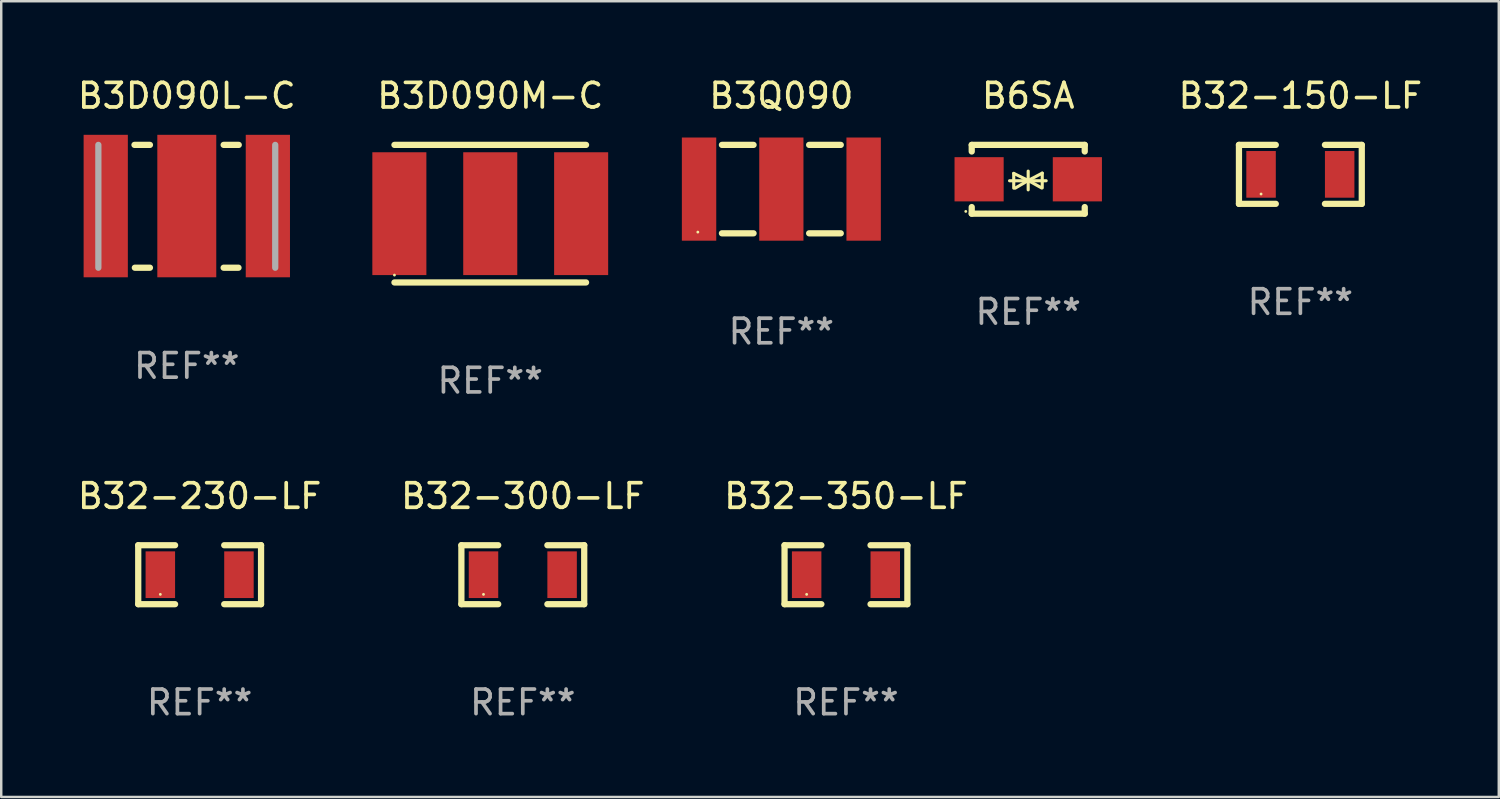
<source format=kicad_pcb>
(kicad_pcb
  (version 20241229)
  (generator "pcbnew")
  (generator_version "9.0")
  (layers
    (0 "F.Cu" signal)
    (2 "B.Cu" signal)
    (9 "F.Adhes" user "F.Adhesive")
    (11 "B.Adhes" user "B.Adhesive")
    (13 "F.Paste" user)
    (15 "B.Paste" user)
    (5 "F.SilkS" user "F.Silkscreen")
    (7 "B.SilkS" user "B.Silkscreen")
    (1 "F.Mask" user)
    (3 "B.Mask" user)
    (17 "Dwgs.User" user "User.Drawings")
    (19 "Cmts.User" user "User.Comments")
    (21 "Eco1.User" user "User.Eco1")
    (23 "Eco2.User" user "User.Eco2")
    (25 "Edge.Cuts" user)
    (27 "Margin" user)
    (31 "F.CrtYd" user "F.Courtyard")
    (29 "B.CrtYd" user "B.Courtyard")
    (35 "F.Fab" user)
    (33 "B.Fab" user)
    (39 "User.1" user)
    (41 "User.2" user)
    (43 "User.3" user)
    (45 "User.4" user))
  (footprint "B6SA"
    (layer "F.Cu")
    (at 38.807 4.248)
    (property "Reference" "B6SA" (at 0 -3.4 0) (layer "F.SilkS") (effects (font (size 1 1) (thickness 0.15))))
    (attr through_hole)
    (fp_line (start -2.3 -1.4) (end -2.3 -1.131) (stroke (width 0.254) (type solid)) (layer "F.SilkS"))
    (fp_line (start -2.3 -1.4) (end 2.3 -1.4) (stroke (width 0.254) (type solid)) (layer "F.SilkS"))
    (fp_line (start -2.3 1.131) (end -2.3 1.4) (stroke (width 0.254) (type solid)) (layer "F.SilkS"))
    (fp_line (start -2.3 1.4) (end 2.3 1.4) (stroke (width 0.254) (type solid)) (layer "F.SilkS"))
    (fp_line (start -0.76 0.06) (end 0.73 0.06) (stroke (width 0.127) (type solid)) (layer "F.SilkS"))
    (fp_line (start -0.59 -0.24) (end -0.59 0.36) (stroke (width 0.127) (type solid)) (layer "F.SilkS"))
    (fp_line (start -0.59 -0.24) (end -0.002 0.049) (stroke (width 0.127) (type solid)) (layer "F.SilkS"))
    (fp_line (start -0.53 0.36) (end -0.002 0.049) (stroke (width 0.127) (type solid)) (layer "F.SilkS"))
    (fp_line (start -0.002 0.049) (end -0.002 -0.332) (stroke (width 0.127) (type solid)) (layer "F.SilkS"))
    (fp_line (start -0.002 0.049) (end -0.002 0.43) (stroke (width 0.127) (type solid)) (layer "F.SilkS"))
    (fp_line (start 0.54 0.35) (end -0.002 0.049) (stroke (width 0.127) (type solid)) (layer "F.SilkS"))
    (fp_line (start 0.57 -0.25) (end -0.002 0.049) (stroke (width 0.127) (type solid)) (layer "F.SilkS"))
    (fp_line (start 0.57 -0.25) (end 0.57 0.35) (stroke (width 0.127) (type solid)) (layer "F.SilkS"))
    (fp_line (start 2.3 -1.4) (end 2.3 -1.131) (stroke (width 0.254) (type solid)) (layer "F.SilkS"))
    (fp_line (start 2.3 1.131) (end 2.3 1.4) (stroke (width 0.254) (type solid)) (layer "F.SilkS"))
    (fp_circle (center -2.542 1.308) (end -2.512 1.308) (stroke (width 0.06) (type solid)) (fill no) (layer "F.SilkS"))
    (fp_text user "REF**" (at 0 5.4 0) (layer "F.Fab") (effects (font (size 1 1) (thickness 0.15))))
    (pad "1" smd rect (at -2 0) (size 2 1.8) (layers "F.Cu" "F.Mask" "F.Paste"))
    (pad "2" smd rect (at 2 0) (size 2 1.8) (layers "F.Cu" "F.Mask" "F.Paste")))
  (footprint "B3D090L-C"
    (layer "F.Cu")
    (at 4.554 5.348)
    (property "Reference" "B3D090L-C" (at 0 -4.5 0) (layer "F.SilkS") (effects (font (size 1 1) (thickness 0.15))))
    (attr through_hole)
    (fp_line (start -2.13 -2.5) (end -1.5 -2.5) (stroke (width 0.254) (type solid)) (layer "F.SilkS"))
    (fp_line (start -2.115 2.5) (end -1.5 2.5) (stroke (width 0.254) (type solid)) (layer "F.SilkS"))
    (fp_line (start 1.5 -2.5) (end 2.115 -2.5) (stroke (width 0.254) (type solid)) (layer "F.SilkS"))
    (fp_line (start 1.5 2.5) (end 2.105 2.5) (stroke (width 0.254) (type solid)) (layer "F.SilkS"))
    (fp_circle (center -3.6 2.49) (end -3.57 2.49) (stroke (width 0.06) (type solid)) (fill no) (layer "F.SilkS"))
    (fp_line (start -3.6 2.5) (end -3.6 -2.5) (stroke (width 0.254) (type solid)) (layer "F.Fab"))
    (fp_line (start 3.6 -2.5) (end 3.6 2.5) (stroke (width 0.254) (type solid)) (layer "F.Fab"))
    (fp_text user "REF**" (at 0 6.5 0) (layer "F.Fab") (effects (font (size 1 1) (thickness 0.15))))
    (pad "1" smd rect (at -3.3 -0.01) (size 1.8 5.8) (layers "F.Cu" "F.Mask" "F.Paste"))
    (pad "2" smd rect (at 0 -0.01) (size 2.4 5.8) (layers "F.Cu" "F.Mask" "F.Paste"))
    (pad "3" smd rect (at 3.3 -0.01) (size 1.8 5.8) (layers "F.Cu" "F.Mask" "F.Paste")))
  (footprint "B32-350-LF"
    (layer "F.Cu")
    (at 31.387 20.345)
    (property "Reference" "B32-350-LF" (at 0 -3.2 0) (layer "F.SilkS") (effects (font (size 1 1) (thickness 0.15))))
    (attr through_hole)
    (fp_line (start -2.5 -1.2) (end -2.5 1.2) (stroke (width 0.254) (type solid)) (layer "F.SilkS"))
    (fp_line (start -1 -1.2) (end -2.5 -1.2) (stroke (width 0.254) (type solid)) (layer "F.SilkS"))
    (fp_line (start -1 1.2) (end -2.5 1.2) (stroke (width 0.254) (type solid)) (layer "F.SilkS"))
    (fp_line (start 1 -1.2) (end 2.5 -1.2) (stroke (width 0.254) (type solid)) (layer "F.SilkS"))
    (fp_line (start 1 1.2) (end 2.5 1.2) (stroke (width 0.254) (type solid)) (layer "F.SilkS"))
    (fp_line (start 2.5 -1.2) (end 2.5 1.2) (stroke (width 0.254) (type solid)) (layer "F.SilkS"))
    (fp_circle (center -1.6 0.8) (end -1.57 0.8) (stroke (width 0.06) (type solid)) (fill no) (layer "F.SilkS"))
    (fp_text user "REF**" (at 0 5.2 0) (layer "F.Fab") (effects (font (size 1 1) (thickness 0.15))))
    (pad "1" smd rect (at -1.6 0) (size 1.2 1.9) (layers "F.Cu" "F.Mask" "F.Paste"))
    (pad "2" smd rect (at 1.6 0) (size 1.2 1.9) (layers "F.Cu" "F.Mask" "F.Paste")))
  (footprint "B3Q090"
    (layer "F.Cu")
    (at 28.757 4.648)
    (property "Reference" "B3Q090" (at 0 -3.8 0) (layer "F.SilkS") (effects (font (size 1 1) (thickness 0.15))))
    (attr through_hole)
    (fp_line (start -2.419 -1.8) (end -1.131 -1.8) (stroke (width 0.254) (type solid)) (layer "F.SilkS"))
    (fp_line (start -2.419 1.8) (end -1.131 1.8) (stroke (width 0.254) (type solid)) (layer "F.SilkS"))
    (fp_line (start 1.131 -1.8) (end 2.419 -1.8) (stroke (width 0.254) (type solid)) (layer "F.SilkS"))
    (fp_line (start 1.131 1.8) (end 2.419 1.8) (stroke (width 0.254) (type solid)) (layer "F.SilkS"))
    (fp_circle (center -3.4 1.75) (end -3.37 1.75) (stroke (width 0.06) (type solid)) (fill no) (layer "F.SilkS"))
    (fp_text user "REF**" (at 0 5.8 0) (layer "F.Fab") (effects (font (size 1 1) (thickness 0.15))))
    (pad "1" smd rect (at -3.35 0) (size 1.4 4.2) (layers "F.Cu" "F.Mask" "F.Paste"))
    (pad "2" smd rect (at 3.35 0) (size 1.4 4.2) (layers "F.Cu" "F.Mask" "F.Paste"))
    (pad "3" smd rect (at 0 0) (size 1.8 4.2) (layers "F.Cu" "F.Mask" "F.Paste")))
  (footprint "B3D090M-C"
    (layer "F.Cu")
    (at 16.907 5.648)
    (property "Reference" "B3D090M-C" (at 0 -4.8 0) (layer "F.SilkS") (effects (font (size 1 1) (thickness 0.15))))
    (attr through_hole)
    (fp_line (start -3.9 -2.8) (end 3.9 -2.8) (stroke (width 0.254) (type solid)) (layer "F.SilkS"))
    (fp_line (start -3.9 2.8) (end 3.9 2.8) (stroke (width 0.254) (type solid)) (layer "F.SilkS"))
    (fp_circle (center -3.9 2.5) (end -3.87 2.5) (stroke (width 0.06) (type solid)) (fill no) (layer "F.SilkS"))
    (fp_text user "REF**" (at 0 6.8 0) (layer "F.Fab") (effects (font (size 1 1) (thickness 0.15))))
    (pad "1" smd rect (at -3.7 0) (size 2.2 5) (layers "F.Cu" "F.Mask" "F.Paste"))
    (pad "2" smd rect (at 0 0) (size 2.2 5) (layers "F.Cu" "F.Mask" "F.Paste"))
    (pad "3" smd rect (at 3.7 0) (size 2.2 5) (layers "F.Cu" "F.Mask" "F.Paste")))
  (footprint "B32-150-LF"
    (layer "F.Cu")
    (at 49.885 4.048)
    (property "Reference" "B32-150-LF" (at 0 -3.2 0) (layer "F.SilkS") (effects (font (size 1 1) (thickness 0.15))))
    (attr through_hole)
    (fp_line (start -2.5 -1.2) (end -2.5 1.2) (stroke (width 0.254) (type solid)) (layer "F.SilkS"))
    (fp_line (start -1 -1.2) (end -2.5 -1.2) (stroke (width 0.254) (type solid)) (layer "F.SilkS"))
    (fp_line (start -1 1.2) (end -2.5 1.2) (stroke (width 0.254) (type solid)) (layer "F.SilkS"))
    (fp_line (start 1 -1.2) (end 2.5 -1.2) (stroke (width 0.254) (type solid)) (layer "F.SilkS"))
    (fp_line (start 1 1.2) (end 2.5 1.2) (stroke (width 0.254) (type solid)) (layer "F.SilkS"))
    (fp_line (start 2.5 -1.2) (end 2.5 1.2) (stroke (width 0.254) (type solid)) (layer "F.SilkS"))
    (fp_circle (center -1.6 0.8) (end -1.57 0.8) (stroke (width 0.06) (type solid)) (fill no) (layer "F.SilkS"))
    (fp_text user "REF**" (at 0 5.2 0) (layer "F.Fab") (effects (font (size 1 1) (thickness 0.15))))
    (pad "1" smd rect (at -1.6 0) (size 1.2 1.9) (layers "F.Cu" "F.Mask" "F.Paste"))
    (pad "2" smd rect (at 1.6 0) (size 1.2 1.9) (layers "F.Cu" "F.Mask" "F.Paste")))
  (footprint "B32-300-LF"
    (layer "F.Cu")
    (at 18.232 20.345)
    (property "Reference" "B32-300-LF" (at 0 -3.2 0) (layer "F.SilkS") (effects (font (size 1 1) (thickness 0.15))))
    (attr through_hole)
    (fp_line (start -2.5 -1.2) (end -2.5 1.2) (stroke (width 0.254) (type solid)) (layer "F.SilkS"))
    (fp_line (start -1 -1.2) (end -2.5 -1.2) (stroke (width 0.254) (type solid)) (layer "F.SilkS"))
    (fp_line (start -1 1.2) (end -2.5 1.2) (stroke (width 0.254) (type solid)) (layer "F.SilkS"))
    (fp_line (start 1 -1.2) (end 2.5 -1.2) (stroke (width 0.254) (type solid)) (layer "F.SilkS"))
    (fp_line (start 1 1.2) (end 2.5 1.2) (stroke (width 0.254) (type solid)) (layer "F.SilkS"))
    (fp_line (start 2.5 -1.2) (end 2.5 1.2) (stroke (width 0.254) (type solid)) (layer "F.SilkS"))
    (fp_circle (center -1.6 0.8) (end -1.57 0.8) (stroke (width 0.06) (type solid)) (fill no) (layer "F.SilkS"))
    (fp_text user "REF**" (at 0 5.2 0) (layer "F.Fab") (effects (font (size 1 1) (thickness 0.15))))
    (pad "1" smd rect (at -1.6 0) (size 1.2 1.9) (layers "F.Cu" "F.Mask" "F.Paste"))
    (pad "2" smd rect (at 1.6 0) (size 1.2 1.9) (layers "F.Cu" "F.Mask" "F.Paste")))
  (footprint "B32-230-LF"
    (layer "F.Cu")
    (at 5.077 20.345)
    (property "Reference" "B32-230-LF" (at 0 -3.2 0) (layer "F.SilkS") (effects (font (size 1 1) (thickness 0.15))))
    (attr through_hole)
    (fp_line (start -2.5 -1.2) (end -2.5 1.2) (stroke (width 0.254) (type solid)) (layer "F.SilkS"))
    (fp_line (start -1 -1.2) (end -2.5 -1.2) (stroke (width 0.254) (type solid)) (layer "F.SilkS"))
    (fp_line (start -1 1.2) (end -2.5 1.2) (stroke (width 0.254) (type solid)) (layer "F.SilkS"))
    (fp_line (start 1 -1.2) (end 2.5 -1.2) (stroke (width 0.254) (type solid)) (layer "F.SilkS"))
    (fp_line (start 1 1.2) (end 2.5 1.2) (stroke (width 0.254) (type solid)) (layer "F.SilkS"))
    (fp_line (start 2.5 -1.2) (end 2.5 1.2) (stroke (width 0.254) (type solid)) (layer "F.SilkS"))
    (fp_circle (center -1.6 0.8) (end -1.57 0.8) (stroke (width 0.06) (type solid)) (fill no) (layer "F.SilkS"))
    (fp_text user "REF**" (at 0 5.2 0) (layer "F.Fab") (effects (font (size 1 1) (thickness 0.15))))
    (pad "1" smd rect (at -1.6 0) (size 1.2 1.9) (layers "F.Cu" "F.Mask" "F.Paste"))
    (pad "2" smd rect (at 1.6 0) (size 1.2 1.9) (layers "F.Cu" "F.Mask" "F.Paste")))
  (gr_rect
    (start -3 -3)
    (end 57.962 29.393)
    (stroke (width 0.1) (type default))
    (fill no)
    (layer "Edge.Cuts")))
</source>
